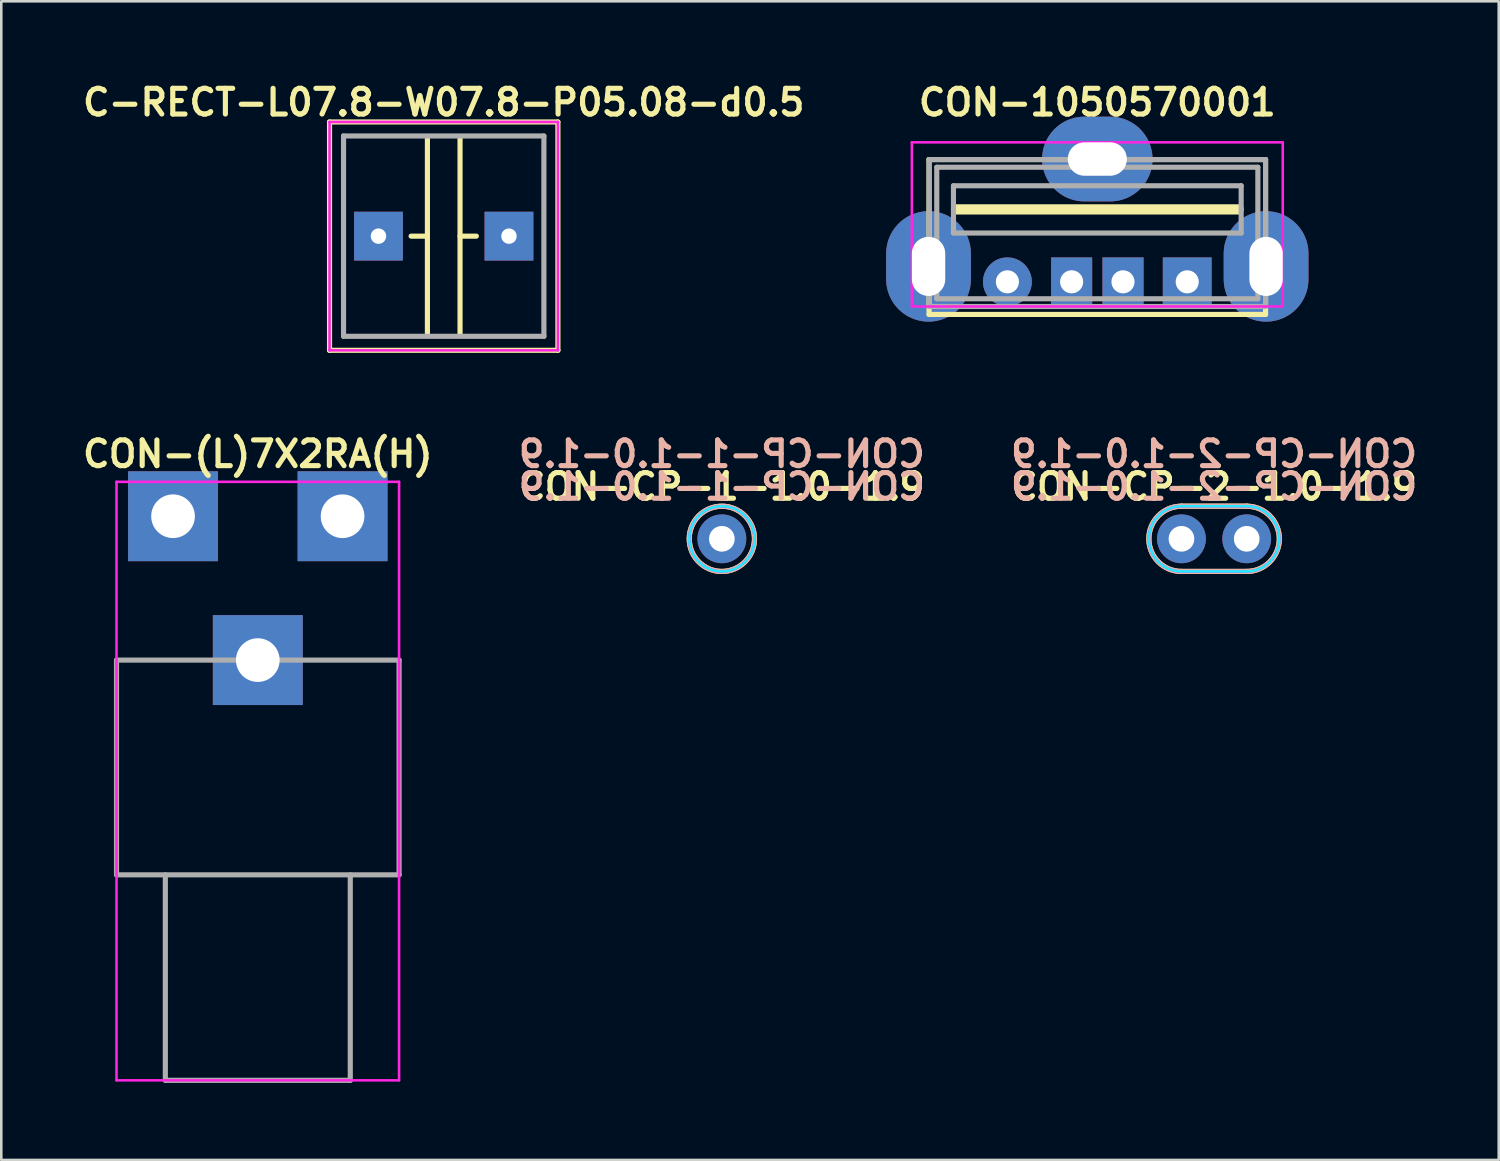
<source format=kicad_pcb>
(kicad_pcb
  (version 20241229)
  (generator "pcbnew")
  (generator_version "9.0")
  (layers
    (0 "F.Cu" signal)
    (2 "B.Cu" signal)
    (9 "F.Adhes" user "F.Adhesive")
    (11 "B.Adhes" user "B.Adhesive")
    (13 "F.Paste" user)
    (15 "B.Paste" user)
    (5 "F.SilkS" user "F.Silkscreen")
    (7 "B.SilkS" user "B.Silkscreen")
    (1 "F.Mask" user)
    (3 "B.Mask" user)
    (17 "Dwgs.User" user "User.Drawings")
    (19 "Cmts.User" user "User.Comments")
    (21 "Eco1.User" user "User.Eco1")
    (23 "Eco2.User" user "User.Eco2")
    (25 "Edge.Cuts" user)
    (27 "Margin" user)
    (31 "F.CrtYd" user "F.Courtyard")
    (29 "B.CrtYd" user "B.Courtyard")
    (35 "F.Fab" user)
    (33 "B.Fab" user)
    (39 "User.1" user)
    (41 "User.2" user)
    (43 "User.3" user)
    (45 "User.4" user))
  (footprint "CON-CP-2-1.0-1.9"
    (layer "F.Cu")
    (at 44.214 17.926)
    (property "Reference" "CON-CP-2-1.0-1.9" (at 0 -2.032 0) (unlocked yes) (layer "F.SilkS") (effects (font (size 1 1) (thickness 0.2))))
    (property "Value" "CON-CP-2-1.0-1.9" (at 0 -3.302 0) (unlocked yes) (layer "F.SilkS") (hide yes) (effects (font (size 1 1) (thickness 0.2))))
    (attr through_hole)
    (fp_line (start -1.27 -1.27) (end 1.27 -1.27) (stroke (width 0.2) (type solid)) (layer "F.SilkS"))
    (fp_line (start -1.27 1.27) (end 1.27 1.27) (stroke (width 0.2) (type solid)) (layer "F.SilkS"))
    (fp_arc (start -1.27 1.27) (mid -2.54 0) (end -1.27 -1.27) (stroke (width 0.2) (type solid)) (layer "F.SilkS"))
    (fp_arc (start 1.27 -1.27) (mid 2.54 0) (end 1.27 1.27) (stroke (width 0.2) (type solid)) (layer "F.SilkS"))
    (fp_line (start -1.27 -1.27) (end 1.27 -1.27) (stroke (width 0.2) (type solid)) (layer "B.SilkS"))
    (fp_line (start -1.27 1.27) (end 1.27 1.27) (stroke (width 0.2) (type solid)) (layer "B.SilkS"))
    (fp_arc (start -1.27 1.27) (mid -2.54 0) (end -1.27 -1.27) (stroke (width 0.2) (type solid)) (layer "B.SilkS"))
    (fp_arc (start 1.27 -1.27) (mid 2.54 0) (end 1.27 1.27) (stroke (width 0.2) (type solid)) (layer "B.SilkS"))
    (fp_line (start -1.27 -1.27) (end 1.27 -1.27) (stroke (width 0.1) (type solid)) (layer "B.CrtYd"))
    (fp_line (start -1.27 1.27) (end 1.27 1.27) (stroke (width 0.1) (type solid)) (layer "B.CrtYd"))
    (fp_arc (start -1.27 1.27) (mid -2.54 0) (end -1.27 -1.27) (stroke (width 0.1) (type solid)) (layer "B.CrtYd"))
    (fp_arc (start 1.27 -1.27) (mid 2.54 0) (end 1.27 1.27) (stroke (width 0.1) (type solid)) (layer "B.CrtYd"))
    (fp_line (start -1.27 -1.27) (end 1.27 -1.27) (stroke (width 0.1) (type solid)) (layer "F.CrtYd"))
    (fp_line (start -1.27 1.27) (end 1.27 1.27) (stroke (width 0.1) (type solid)) (layer "F.CrtYd"))
    (fp_arc (start -1.27 1.27) (mid -2.54 0) (end -1.27 -1.27) (stroke (width 0.1) (type solid)) (layer "F.CrtYd"))
    (fp_arc (start 1.27 -1.27) (mid 2.54 0) (end 1.27 1.27) (stroke (width 0.1) (type solid)) (layer "F.CrtYd"))
    (fp_text user "${VALUE}" (at 0 -3.302 0) (unlocked yes) (layer "B.SilkS") (effects (font (size 1 1) (thickness 0.2)) (justify mirror)))
    (fp_text user "${REFERENCE}" (at 0 -2.032 0) (unlocked yes) (layer "B.SilkS") (effects (font (size 1 1) (thickness 0.2)) (justify mirror)))
    (pad "1" thru_hole circle (at -1.27 0) (size 1.9 1.9) (drill 1) (layers "*.Cu" "*.Mask"))
    (pad "1" thru_hole circle (at 1.27 0) (size 1.9 1.9) (drill 1) (layers "*.Cu" "*.Mask")))
  (footprint "CON-(L)7X2RA(H)"
    (layer "F.Cu")
    (at 6.986 31.007)
    (property "Reference" "CON-(L)7X2RA(H)" (at 0 -16.383 0) (layer "F.SilkS") (effects (font (size 1 1) (thickness 0.2))))
    (attr through_hole)
    (fp_line (start -5.5 -15.3) (end -5.5 8) (stroke (width 0.1) (type solid)) (layer "F.CrtYd"))
    (fp_line (start -5.5 -15.3) (end 5.5 -15.3) (stroke (width 0.1) (type solid)) (layer "F.CrtYd"))
    (fp_line (start -5.5 8) (end 5.5 8) (stroke (width 0.1) (type solid)) (layer "F.CrtYd"))
    (fp_line (start 5.5 -15.3) (end 5.5 8) (stroke (width 0.1) (type solid)) (layer "F.CrtYd"))
    (fp_line (start -5.5 -8.36) (end -5.5 0) (stroke (width 0.2) (type solid)) (layer "F.Fab"))
    (fp_line (start -5.5 -8.36) (end 5.5 -8.36) (stroke (width 0.2) (type solid)) (layer "F.Fab"))
    (fp_line (start -5.5 0) (end 5.5 0) (stroke (width 0.2) (type solid)) (layer "F.Fab"))
    (fp_line (start -3.6 0) (end -3.6 8) (stroke (width 0.2) (type solid)) (layer "F.Fab"))
    (fp_line (start -3.6 8) (end 3.6 8) (stroke (width 0.2) (type solid)) (layer "F.Fab"))
    (fp_line (start 3.6 0) (end 3.6 8) (stroke (width 0.2) (type solid)) (layer "F.Fab"))
    (fp_line (start 5.5 -8.36) (end 5.5 0) (stroke (width 0.2) (type solid)) (layer "F.Fab"))
    (pad "C" thru_hole rect (at -3.3 -13.96) (size 3.5 3.5) (drill 1.7) (layers "*.Cu" "*.Mask"))
    (pad "S" thru_hole rect (at 0 -8.36) (size 3.5 3.5) (drill 1.7) (layers "*.Cu" "*.Mask"))
    (pad "SN" thru_hole rect (at 3.3 -13.96) (size 3.5 3.5) (drill 1.7) (layers "*.Cu" "*.Mask")))
  (footprint "C-RECT-L07.8-W07.8-P05.08-d0.5"
    (layer "F.Cu")
    (at 14.224 6.143)
    (property "Reference" "C-RECT-L07.8-W07.8-P05.08-d0.5" (at 0 -5.207 0) (layer "F.SilkS") (effects (font (size 1 1) (thickness 0.2))))
    (attr through_hole)
    (fp_line (start -4.445 -4.445) (end -4.445 4.445) (stroke (width 0.2) (type solid)) (layer "F.SilkS"))
    (fp_line (start -4.445 -4.445) (end 4.445 -4.445) (stroke (width 0.2) (type solid)) (layer "F.SilkS"))
    (fp_line (start -4.445 4.445) (end 4.445 4.445) (stroke (width 0.2) (type solid)) (layer "F.SilkS"))
    (fp_line (start -1.27 0) (end -0.635 0) (stroke (width 0.2) (type solid)) (layer "F.SilkS"))
    (fp_line (start -0.635 -3.81) (end -0.635 3.81) (stroke (width 0.2) (type solid)) (layer "F.SilkS"))
    (fp_line (start 0.635 -3.81) (end 0.635 3.81) (stroke (width 0.2) (type solid)) (layer "F.SilkS"))
    (fp_line (start 0.635 0) (end 1.27 0) (stroke (width 0.2) (type solid)) (layer "F.SilkS"))
    (fp_line (start 4.445 -4.445) (end 4.445 4.445) (stroke (width 0.2) (type solid)) (layer "F.SilkS"))
    (fp_line (start -4.445 -4.445) (end -4.445 4.445) (stroke (width 0.1) (type solid)) (layer "F.CrtYd"))
    (fp_line (start -4.445 -4.445) (end 4.445 -4.445) (stroke (width 0.1) (type solid)) (layer "F.CrtYd"))
    (fp_line (start -4.445 4.445) (end 4.445 4.445) (stroke (width 0.1) (type solid)) (layer "F.CrtYd"))
    (fp_line (start 4.445 -4.445) (end 4.445 4.445) (stroke (width 0.1) (type solid)) (layer "F.CrtYd"))
    (fp_line (start -3.9 -3.9) (end -3.9 3.9) (stroke (width 0.2) (type solid)) (layer "F.Fab"))
    (fp_line (start -3.9 -3.9) (end 3.9 -3.9) (stroke (width 0.2) (type solid)) (layer "F.Fab"))
    (fp_line (start -3.9 3.9) (end 3.9 3.9) (stroke (width 0.2) (type solid)) (layer "F.Fab"))
    (fp_line (start 3.9 -3.9) (end 3.9 3.9) (stroke (width 0.2) (type solid)) (layer "F.Fab"))
    (pad "1" thru_hole rect (at -2.54 0) (size 1.9 1.9) (drill 0.6) (layers "*.Cu" "*.Mask"))
    (pad "2" thru_hole rect (at 2.54 0) (size 1.9 1.9) (drill 0.6) (layers "*.Cu" "*.Mask")))
  (footprint "CON-CP-1-1.0-1.9"
    (layer "F.Cu")
    (at 25.052 17.926)
    (property "Reference" "CON-CP-1-1.0-1.9" (at 0 -2.032 0) (unlocked yes) (layer "F.SilkS") (effects (font (size 1 1) (thickness 0.2))))
    (property "Value" "CON-CP-1-1.0-1.9" (at 0 -3.302 0) (unlocked yes) (layer "F.SilkS") (hide yes) (effects (font (size 1 1) (thickness 0.2))))
    (attr through_hole)
    (fp_circle (center 0 0) (end 1.27 0) (stroke (width 0.2) (type solid)) (fill no) (layer "F.SilkS"))
    (fp_circle (center 0 0) (end 1.27 0) (stroke (width 0.2) (type solid)) (fill no) (layer "B.SilkS"))
    (fp_circle (center 0 0) (end 1.27 0) (stroke (width 0.1) (type solid)) (fill no) (layer "B.CrtYd"))
    (fp_circle (center 0 0) (end 1.27 0) (stroke (width 0.1) (type solid)) (fill no) (layer "F.CrtYd"))
    (fp_text user "${VALUE}" (at 0 -3.302 0) (unlocked yes) (layer "B.SilkS") (effects (font (size 1 1) (thickness 0.2)) (justify mirror)))
    (fp_text user "${REFERENCE}" (at 0 -2.032 0) (unlocked yes) (layer "B.SilkS") (effects (font (size 1 1) (thickness 0.2)) (justify mirror)))
    (pad "1" thru_hole circle (at 0 0) (size 1.9 1.9) (drill 1) (layers "*.Cu" "*.Mask")))
  (footprint "CON-1050570001"
    (layer "F.Cu")
    (at 39.668 7.921)
    (property "Reference" "CON-1050570001" (at 0 -6.985 0) (layer "F.SilkS") (effects (font (size 1 1) (thickness 0.2))))
    (attr through_hole)
    (fp_line (start -6.55 -4.76) (end -6.55 1.27) (stroke (width 0.2) (type solid)) (layer "F.SilkS"))
    (fp_line (start -6.55 -4.76) (end 6.55 -4.76) (stroke (width 0.2) (type solid)) (layer "F.SilkS"))
    (fp_line (start -6.55 1.27) (end 6.55 1.27) (stroke (width 0.2) (type solid)) (layer "F.SilkS"))
    (fp_line (start -5.5 -2.82) (end 5.5 -2.82) (stroke (width 0.4) (type solid)) (layer "F.SilkS"))
    (fp_line (start 6.55 -4.76) (end 6.55 1.27) (stroke (width 0.2) (type solid)) (layer "F.SilkS"))
    (fp_line (start -7.22 -5.43) (end -7.22 0.96) (stroke (width 0.1) (type solid)) (layer "F.CrtYd"))
    (fp_line (start -7.22 -5.43) (end 7.22 -5.43) (stroke (width 0.1) (type solid)) (layer "F.CrtYd"))
    (fp_line (start -7.22 0.96) (end 7.22 0.96) (stroke (width 0.1) (type solid)) (layer "F.CrtYd"))
    (fp_line (start 7.22 -5.43) (end 7.22 0.96) (stroke (width 0.1) (type solid)) (layer "F.CrtYd"))
    (fp_line (start -6.55 -4.76) (end -6.55 0.96) (stroke (width 0.2) (type solid)) (layer "F.Fab"))
    (fp_line (start -6.55 -4.76) (end 6.55 -4.76) (stroke (width 0.2) (type solid)) (layer "F.Fab"))
    (fp_line (start -6.55 0.96) (end 6.55 0.96) (stroke (width 0.2) (type solid)) (layer "F.Fab"))
    (fp_line (start -6.25 -4.46) (end -6.25 0.66) (stroke (width 0.2) (type solid)) (layer "F.Fab"))
    (fp_line (start -6.25 -4.46) (end 6.25 -4.46) (stroke (width 0.2) (type solid)) (layer "F.Fab"))
    (fp_line (start -6.25 0.66) (end 6.25 0.66) (stroke (width 0.2) (type solid)) (layer "F.Fab"))
    (fp_line (start -5.6 -3.74) (end -5.6 -1.9) (stroke (width 0.2) (type solid)) (layer "F.Fab"))
    (fp_line (start -5.6 -3.74) (end 5.6 -3.74) (stroke (width 0.2) (type solid)) (layer "F.Fab"))
    (fp_line (start -5.6 -1.9) (end 5.6 -1.9) (stroke (width 0.2) (type solid)) (layer "F.Fab"))
    (fp_line (start 5.6 -3.74) (end 5.6 -1.9) (stroke (width 0.2) (type solid)) (layer "F.Fab"))
    (fp_line (start 6.25 -4.46) (end 6.25 0.66) (stroke (width 0.2) (type solid)) (layer "F.Fab"))
    (fp_line (start 6.55 -4.76) (end 6.55 0.96) (stroke (width 0.2) (type solid)) (layer "F.Fab"))
    (pad "0" thru_hole oval (at -6.57 -0.6) (size 3.3 4.3) (drill oval 1.3 2.3) (layers "*.Cu" "*.Mask"))
    (pad "0" thru_hole oval (at 0 -4.78) (size 4.3 3.3) (drill oval 2.3 1.3) (layers "*.Cu" "*.Mask"))
    (pad "0" thru_hole oval (at 6.57 -0.6) (size 3.3 4.3) (drill oval 1.3 2.3) (layers "*.Cu" "*.Mask"))
    (pad "1" thru_hole circle (at -3.5 0) (size 1.9 1.9) (drill 0.9) (layers "*.Cu" "*.Mask"))
    (pad "2" thru_hole rect (at -1 0) (size 1.6 1.9) (drill 0.9) (layers "*.Cu" "*.Mask"))
    (pad "3" thru_hole rect (at 1 0) (size 1.6 1.9) (drill 0.9) (layers "*.Cu" "*.Mask"))
    (pad "4" thru_hole rect (at 3.5 0) (size 1.9 1.9) (drill 0.9) (layers "*.Cu" "*.Mask")))
  (gr_rect
    (start -3 -3)
    (end 55.295 42.107)
    (stroke (width 0.1) (type default))
    (fill no)
    (layer "Edge.Cuts")))
</source>
